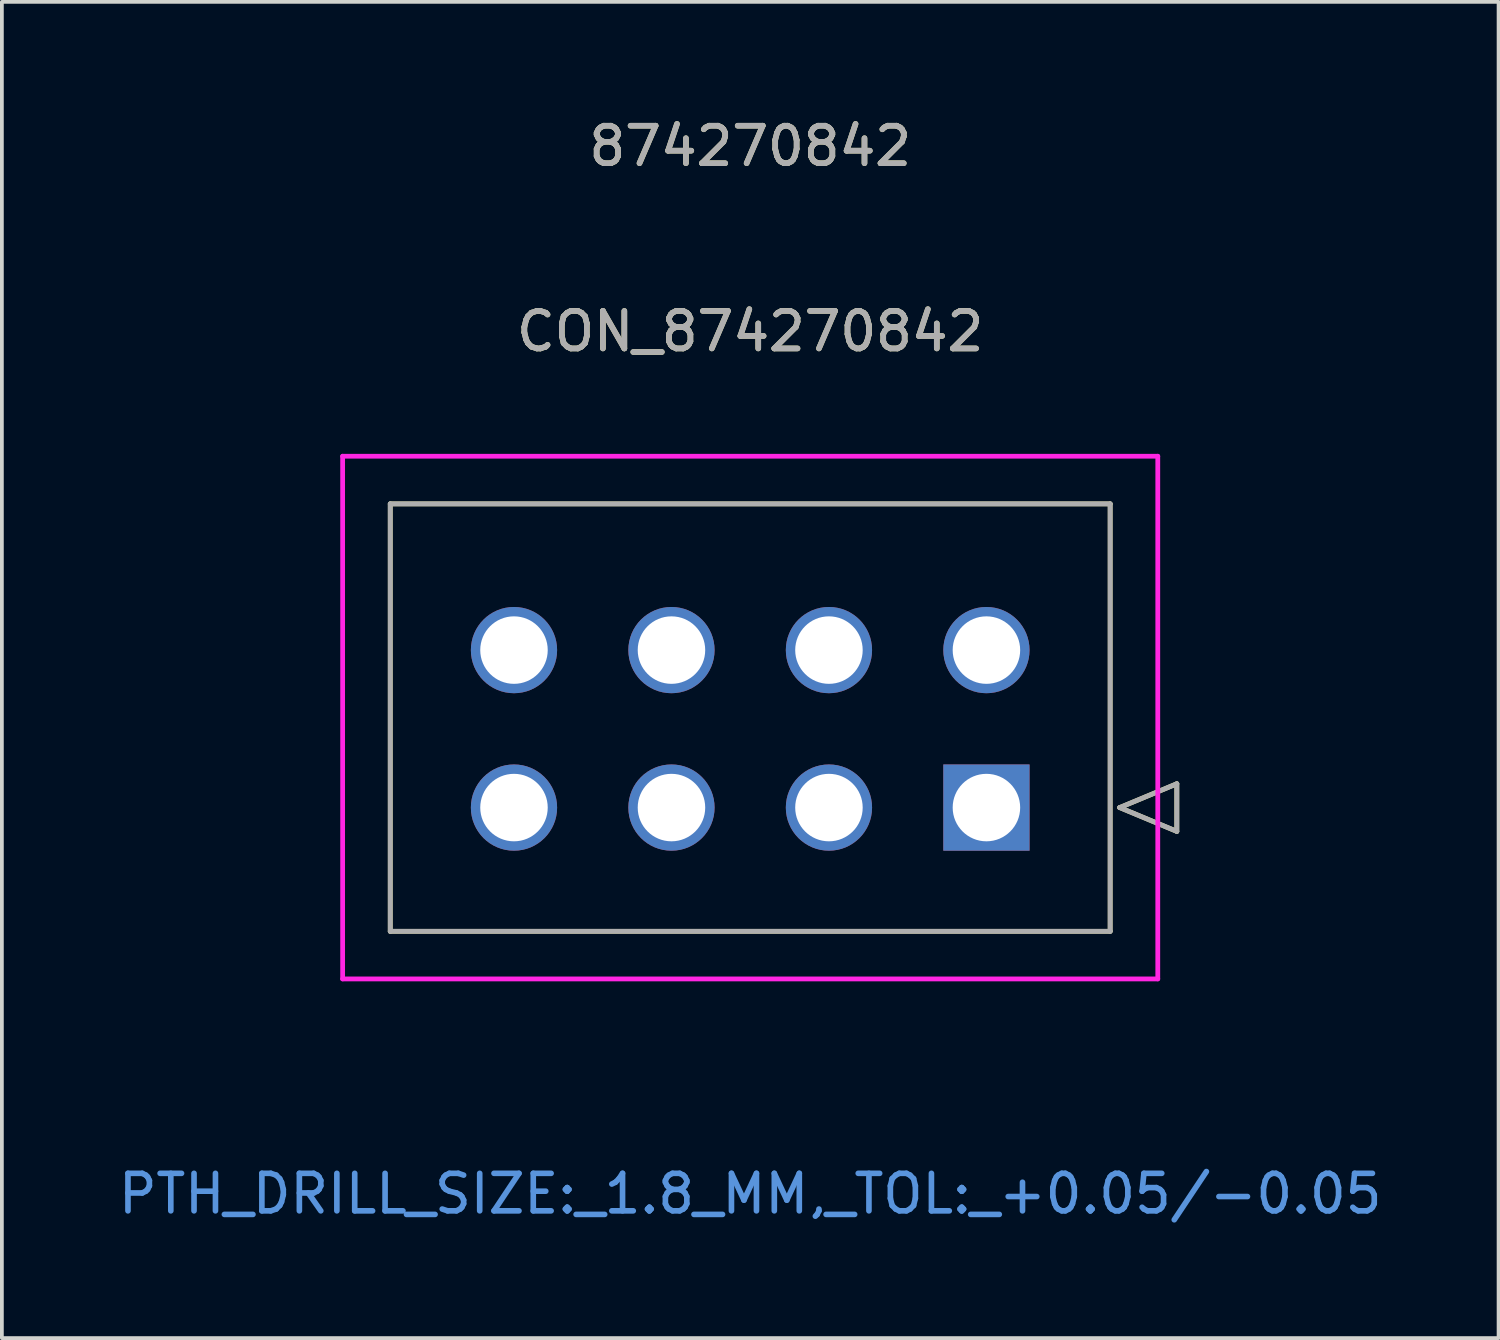
<source format=kicad_pcb>
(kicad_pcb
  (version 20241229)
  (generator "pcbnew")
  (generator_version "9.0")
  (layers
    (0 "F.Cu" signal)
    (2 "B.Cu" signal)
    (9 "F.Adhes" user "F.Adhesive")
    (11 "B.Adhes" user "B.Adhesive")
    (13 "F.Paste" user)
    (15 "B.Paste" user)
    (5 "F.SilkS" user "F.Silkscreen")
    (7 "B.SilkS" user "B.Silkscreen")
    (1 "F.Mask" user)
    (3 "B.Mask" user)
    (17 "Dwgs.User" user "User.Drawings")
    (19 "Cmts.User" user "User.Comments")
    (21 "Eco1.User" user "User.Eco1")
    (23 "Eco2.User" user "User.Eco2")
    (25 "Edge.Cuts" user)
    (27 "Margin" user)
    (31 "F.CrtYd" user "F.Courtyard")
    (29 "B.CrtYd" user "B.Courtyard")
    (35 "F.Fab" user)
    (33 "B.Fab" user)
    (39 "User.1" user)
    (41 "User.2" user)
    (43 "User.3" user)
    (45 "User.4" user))
  (footprint "CON_874270842"
    (layer "F.Cu")
    (at 23.258 18.488)
    (property "Reference" "CON_874270842" (at -6.3 -12.7 0) (unlocked yes) (layer "F.SilkS") (effects (font (size 1 1) (thickness 0.15))))
    (attr through_hole)
    (fp_line (start -15.9 -8.1) (end -15.9 3.3) (stroke (width 0.127) (type solid)) (layer "F.SilkS"))
    (fp_line (start -15.9 3.3) (end 3.3 3.3) (stroke (width 0.127) (type solid)) (layer "F.SilkS"))
    (fp_line (start 3.3 -8.1) (end -15.9 -8.1) (stroke (width 0.127) (type solid)) (layer "F.SilkS"))
    (fp_line (start 3.3 3.3) (end 3.3 -8.1) (stroke (width 0.127) (type solid)) (layer "F.SilkS"))
    (fp_line (start 3.554 0) (end 5.078 -0.635) (stroke (width 0.127) (type solid)) (layer "F.SilkS"))
    (fp_line (start 5.078 -0.635) (end 5.078 0.635) (stroke (width 0.127) (type solid)) (layer "F.SilkS"))
    (fp_line (start 5.078 0.635) (end 3.554 0) (stroke (width 0.127) (type solid)) (layer "F.SilkS"))
    (fp_line (start -17.17 -9.37) (end -17.17 4.57) (stroke (width 0.127) (type solid)) (layer "F.CrtYd"))
    (fp_line (start -17.17 4.57) (end 4.57 4.57) (stroke (width 0.127) (type solid)) (layer "F.CrtYd"))
    (fp_line (start 4.57 -9.37) (end -17.17 -9.37) (stroke (width 0.127) (type solid)) (layer "F.CrtYd"))
    (fp_line (start 4.57 4.57) (end 4.57 -9.37) (stroke (width 0.127) (type solid)) (layer "F.CrtYd"))
    (fp_line (start -15.9 -8.1) (end -15.9 3.3) (stroke (width 0.127) (type solid)) (layer "F.Fab"))
    (fp_line (start -15.9 3.3) (end 3.3 3.3) (stroke (width 0.127) (type solid)) (layer "F.Fab"))
    (fp_line (start 3.3 -8.1) (end -15.9 -8.1) (stroke (width 0.127) (type solid)) (layer "F.Fab"))
    (fp_line (start 3.3 3.3) (end 3.3 -8.1) (stroke (width 0.127) (type solid)) (layer "F.Fab"))
    (fp_line (start 3.554 0) (end 5.078 -0.635) (stroke (width 0.127) (type solid)) (layer "F.Fab"))
    (fp_line (start 5.078 -0.635) (end 5.078 0.635) (stroke (width 0.127) (type solid)) (layer "F.Fab"))
    (fp_line (start 5.078 0.635) (end 3.554 0) (stroke (width 0.127) (type solid)) (layer "F.Fab"))
    (fp_text user "874270842" (at -6.3 -17.64 0) (unlocked yes) (layer "F.SilkS") (effects (font (size 1 1) (thickness 0.15))))
    (fp_text user "PTH_DRILL_SIZE:_1.8_MM,_TOL:_+0.05/-0.05" (at -6.3 10.3 0) (unlocked yes) (layer "Cmts.User") (effects (font (size 1 1) (thickness 0.15))))
    (fp_text user "${REFERENCE}" (at -6.3 -12.7 0) (unlocked yes) (layer "F.Fab") (effects (font (size 1 1) (thickness 0.15))))
    (fp_text user "874270842" (at -6.3 -17.64 0) (unlocked yes) (layer "F.Fab") (effects (font (size 1 1) (thickness 0.15))))
    (pad "1" thru_hole rect (at 0 0) (size 2.3 2.3) (drill 1.8) (layers "*.Cu" "*.Mask"))
    (pad "2" thru_hole circle (at -4.2 0) (size 2.3 2.3) (drill 1.8) (layers "*.Cu" "*.Mask"))
    (pad "3" thru_hole circle (at -8.4 0) (size 2.3 2.3) (drill 1.8) (layers "*.Cu" "*.Mask"))
    (pad "4" thru_hole circle (at -12.6 0) (size 2.3 2.3) (drill 1.8) (layers "*.Cu" "*.Mask"))
    (pad "5" thru_hole circle (at 0 -4.2) (size 2.3 2.3) (drill 1.8) (layers "*.Cu" "*.Mask"))
    (pad "6" thru_hole circle (at -4.2 -4.2) (size 2.3 2.3) (drill 1.8) (layers "*.Cu" "*.Mask"))
    (pad "7" thru_hole circle (at -8.4 -4.2) (size 2.3 2.3) (drill 1.8) (layers "*.Cu" "*.Mask"))
    (pad "8" thru_hole circle (at -12.6 -4.2) (size 2.3 2.3) (drill 1.8) (layers "*.Cu" "*.Mask")))
  (gr_rect
    (start -3 -3)
    (end 36.917 32.637)
    (stroke (width 0.1) (type default))
    (fill no)
    (layer "Edge.Cuts")))
</source>
